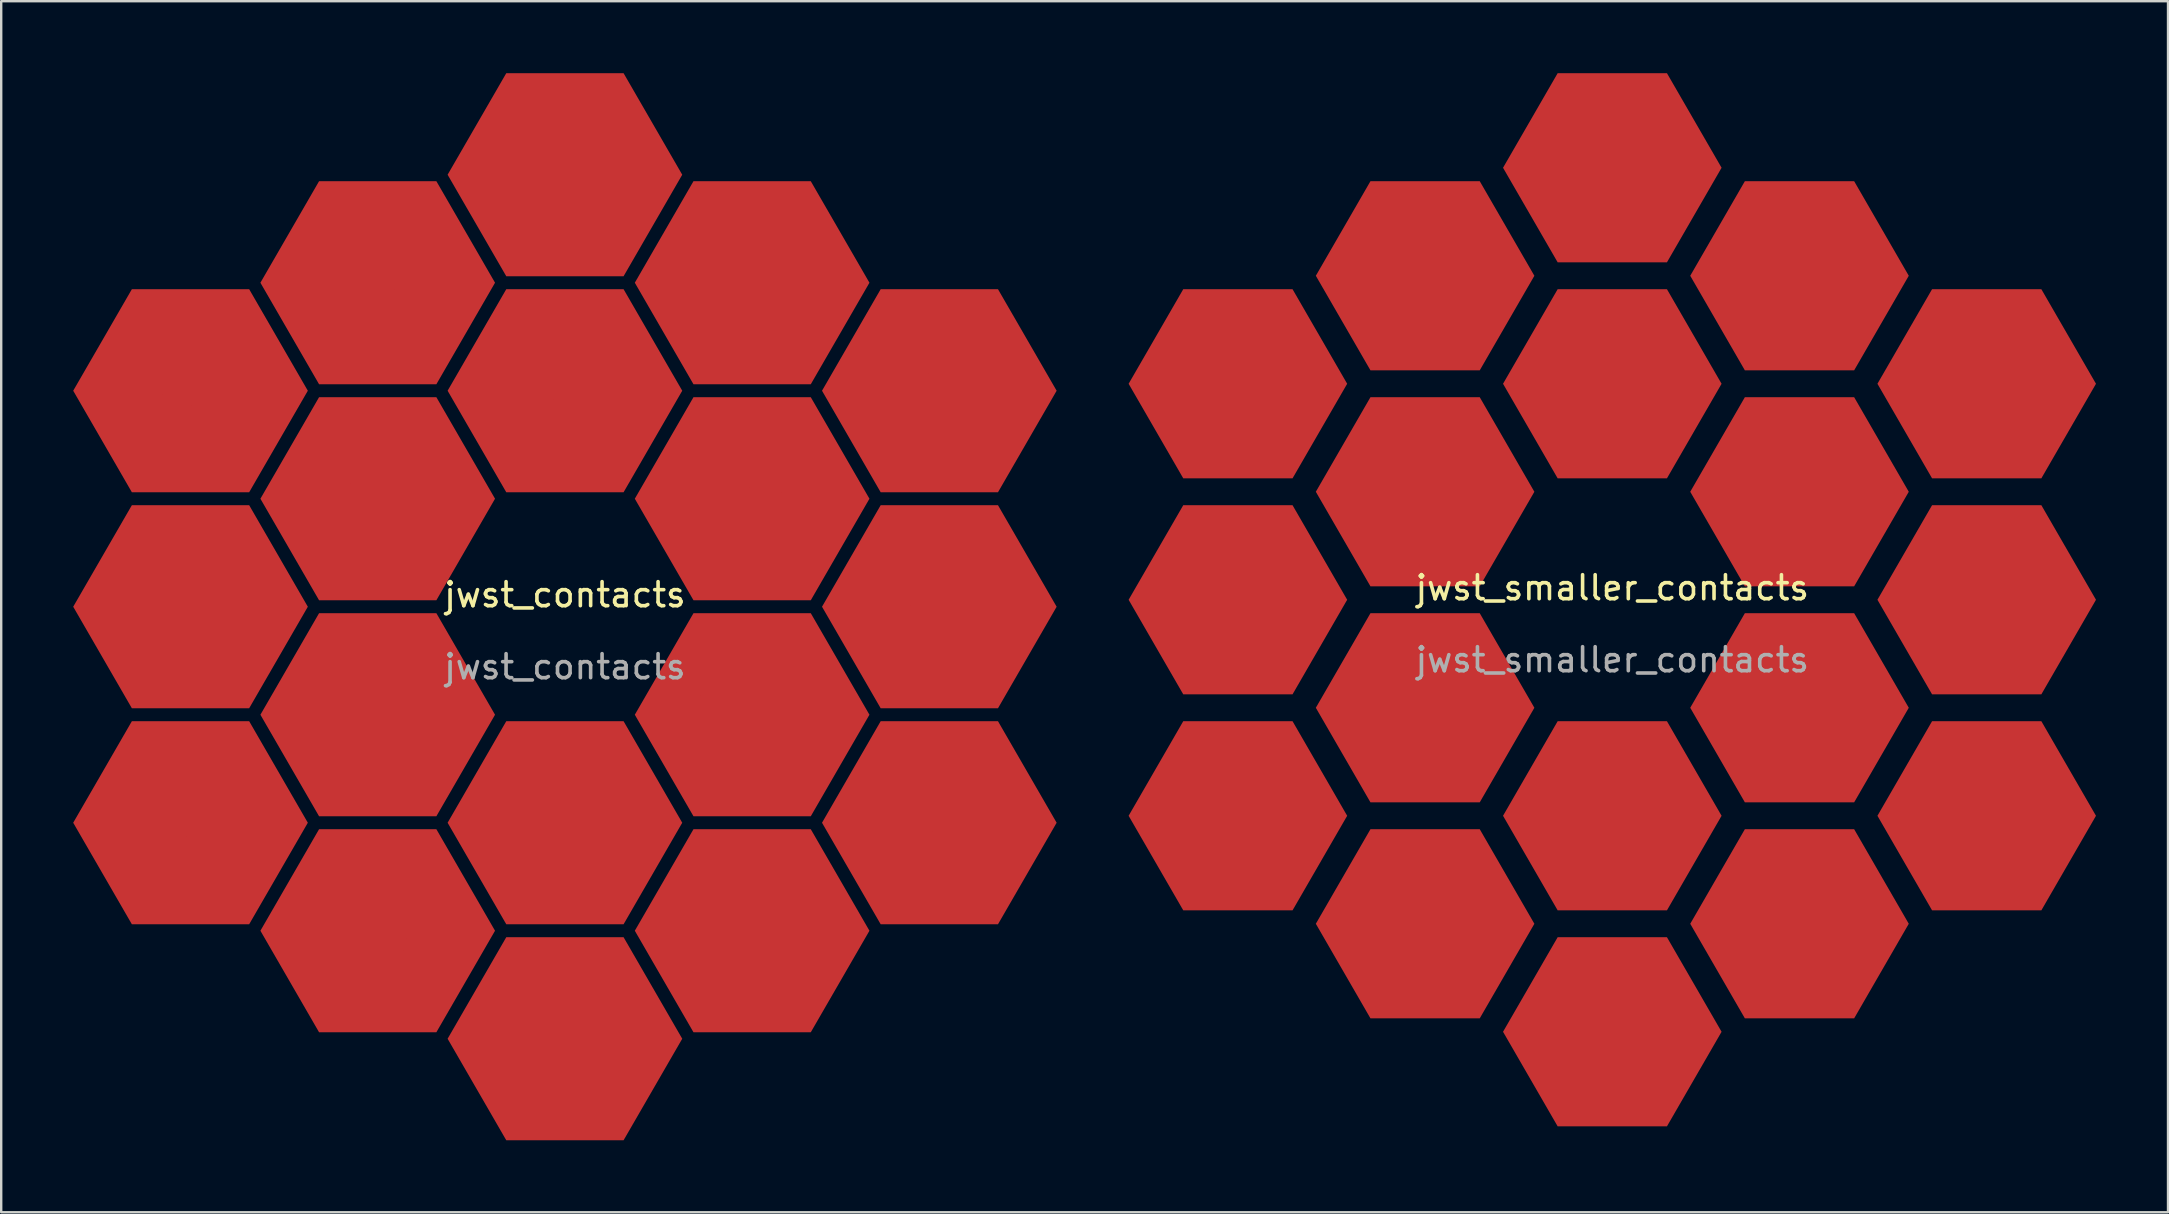
<source format=kicad_pcb>
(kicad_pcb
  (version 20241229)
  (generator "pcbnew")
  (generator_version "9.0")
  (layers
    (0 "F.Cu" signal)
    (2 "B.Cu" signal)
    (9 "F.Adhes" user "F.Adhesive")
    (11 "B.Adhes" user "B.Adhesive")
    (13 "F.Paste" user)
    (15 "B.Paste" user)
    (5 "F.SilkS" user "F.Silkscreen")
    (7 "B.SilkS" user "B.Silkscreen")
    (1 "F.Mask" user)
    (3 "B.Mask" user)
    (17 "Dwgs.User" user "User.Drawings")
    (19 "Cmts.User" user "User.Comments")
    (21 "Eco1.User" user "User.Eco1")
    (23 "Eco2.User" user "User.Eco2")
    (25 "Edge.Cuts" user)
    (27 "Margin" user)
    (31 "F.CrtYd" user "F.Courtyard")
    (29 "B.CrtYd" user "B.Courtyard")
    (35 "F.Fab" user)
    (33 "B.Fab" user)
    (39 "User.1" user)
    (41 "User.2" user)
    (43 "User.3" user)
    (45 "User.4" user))
  (footprint "jwst_smaller_contacts"
    (layer "F.Cu")
    (at 64.128 21.94)
    (property "Reference" "jwst_smaller_contacts" (at 0 -0.5 0) (unlocked yes) (layer "F.SilkS") (effects (font (size 1 1) (thickness 0.15))))
    (attr smd)
    (fp_poly (pts (xy -11.047 -9) (xy -13.323 -5.06) (xy -17.877 -5.06) (xy -20.153 -9) (xy -17.877 -12.94) (xy -13.323 -12.94)) (stroke (width 0) (type solid)) (fill yes) (layer "F.Cu"))
    (fp_poly (pts (xy -11.047 0.000021) (xy -13.323 3.94) (xy -17.877 3.94) (xy -20.153 0.000021) (xy -17.877 -3.94) (xy -13.323 -3.94)) (stroke (width 0) (type solid)) (fill yes) (layer "F.Cu"))
    (fp_poly (pts (xy -11.047 9) (xy -13.323 12.94) (xy -17.877 12.94) (xy -20.153 9) (xy -17.877 5.06) (xy -13.323 5.06)) (stroke (width 0) (type solid)) (fill yes) (layer "F.Cu"))
    (fp_poly (pts (xy -3.247 -13.5) (xy -5.523 -9.56) (xy -10.077 -9.56) (xy -12.353 -13.5) (xy -10.077 -17.44) (xy -5.523 -17.44)) (stroke (width 0) (type solid)) (fill yes) (layer "F.Cu"))
    (fp_poly (pts (xy -3.247 -4.5) (xy -5.523 -0.56) (xy -10.077 -0.56) (xy -12.353 -4.5) (xy -10.077 -8.44) (xy -5.523 -8.44)) (stroke (width 0) (type solid)) (fill yes) (layer "F.Cu"))
    (fp_poly (pts (xy -3.247 4.5) (xy -5.523 8.44) (xy -10.077 8.44) (xy -12.353 4.5) (xy -10.077 0.56) (xy -5.523 0.56)) (stroke (width 0) (type solid)) (fill yes) (layer "F.Cu"))
    (fp_poly (pts (xy -3.247 13.5) (xy -5.523 17.44) (xy -10.077 17.44) (xy -12.353 13.5) (xy -10.077 9.56) (xy -5.523 9.56)) (stroke (width 0) (type solid)) (fill yes) (layer "F.Cu"))
    (fp_poly (pts (xy 4.553 -18) (xy 2.277 -14.06) (xy -2.277 -14.06) (xy -4.553 -18) (xy -2.277 -21.94) (xy 2.277 -21.94)) (stroke (width 0) (type solid)) (fill yes) (layer "F.Cu"))
    (fp_poly (pts (xy 4.553 -9) (xy 2.277 -5.06) (xy -2.277 -5.06) (xy -4.553 -9) (xy -2.277 -12.94) (xy 2.277 -12.94)) (stroke (width 0) (type solid)) (fill yes) (layer "F.Cu"))
    (fp_poly (pts (xy 4.553 9) (xy 2.277 12.94) (xy -2.277 12.94) (xy -4.553 9) (xy -2.277 5.06) (xy 2.277 5.06)) (stroke (width 0) (type solid)) (fill yes) (layer "F.Cu"))
    (fp_poly (pts (xy 4.553 18) (xy 2.277 21.94) (xy -2.277 21.94) (xy -4.553 18) (xy -2.277 14.06) (xy 2.277 14.06)) (stroke (width 0) (type solid)) (fill yes) (layer "F.Cu"))
    (fp_poly (pts (xy 12.353 -13.5) (xy 10.077 -9.56) (xy 5.523 -9.56) (xy 3.247 -13.5) (xy 5.523 -17.44) (xy 10.077 -17.44)) (stroke (width 0) (type solid)) (fill yes) (layer "F.Cu"))
    (fp_poly (pts (xy 12.353 -4.5) (xy 10.077 -0.56) (xy 5.523 -0.56) (xy 3.247 -4.5) (xy 5.523 -8.44) (xy 10.077 -8.44)) (stroke (width 0) (type solid)) (fill yes) (layer "F.Cu"))
    (fp_poly (pts (xy 12.353 4.5) (xy 10.077 8.44) (xy 5.523 8.44) (xy 3.247 4.5) (xy 5.523 0.56) (xy 10.077 0.56)) (stroke (width 0) (type solid)) (fill yes) (layer "F.Cu"))
    (fp_poly (pts (xy 12.353 13.5) (xy 10.077 17.44) (xy 5.523 17.44) (xy 3.247 13.5) (xy 5.523 9.56) (xy 10.077 9.56)) (stroke (width 0) (type solid)) (fill yes) (layer "F.Cu"))
    (fp_poly (pts (xy 20.153 -9) (xy 17.877 -5.06) (xy 13.323 -5.06) (xy 11.047 -9) (xy 13.323 -12.94) (xy 17.877 -12.94)) (stroke (width 0) (type solid)) (fill yes) (layer "F.Cu"))
    (fp_poly (pts (xy 20.153 0.000021) (xy 17.877 3.94) (xy 13.323 3.94) (xy 11.047 0.000021) (xy 13.323 -3.94) (xy 17.877 -3.94)) (stroke (width 0) (type solid)) (fill yes) (layer "F.Cu"))
    (fp_poly (pts (xy 20.153 9) (xy 17.877 12.94) (xy 13.323 12.94) (xy 11.047 9) (xy 13.323 5.06) (xy 17.877 5.06)) (stroke (width 0) (type solid)) (fill yes) (layer "F.Cu"))
    (fp_text user "${REFERENCE}" (at 0 2.5 0) (unlocked yes) (layer "F.Fab") (effects (font (size 1 1) (thickness 0.15)))))
  (footprint "jwst_contacts"
    (layer "F.Cu")
    (at 20.488 22.23)
    (property "Reference" "jwst_contacts" (at 0 -0.5 0) (unlocked yes) (layer "F.SilkS") (effects (font (size 1 1) (thickness 0.15))))
    (attr smd)
    (fp_poly (pts (xy -10.712 -9) (xy -13.156 -4.77) (xy -18.044 -4.77) (xy -20.488 -9) (xy -18.044 -13.23) (xy -13.156 -13.23)) (stroke (width 0) (type solid)) (fill yes) (layer "F.Cu"))
    (fp_poly (pts (xy -10.712 0.000015) (xy -13.156 4.23) (xy -18.044 4.23) (xy -20.488 0.000015) (xy -18.044 -4.23) (xy -13.156 -4.23)) (stroke (width 0) (type solid)) (fill yes) (layer "F.Cu"))
    (fp_poly (pts (xy -10.712 9) (xy -13.156 13.23) (xy -18.044 13.23) (xy -20.488 9) (xy -18.044 4.77) (xy -13.156 4.77)) (stroke (width 0) (type solid)) (fill yes) (layer "F.Cu"))
    (fp_poly (pts (xy -2.912 -13.5) (xy -5.356 -9.27) (xy -10.244 -9.27) (xy -12.688 -13.5) (xy -10.244 -17.73) (xy -5.356 -17.73)) (stroke (width 0) (type solid)) (fill yes) (layer "F.Cu"))
    (fp_poly (pts (xy -2.912 -4.5) (xy -5.356 -0.27) (xy -10.244 -0.27) (xy -12.688 -4.5) (xy -10.244 -8.73) (xy -5.356 -8.73)) (stroke (width 0) (type solid)) (fill yes) (layer "F.Cu"))
    (fp_poly (pts (xy -2.912 4.5) (xy -5.356 8.73) (xy -10.244 8.73) (xy -12.688 4.5) (xy -10.244 0.27) (xy -5.356 0.27)) (stroke (width 0) (type solid)) (fill yes) (layer "F.Cu"))
    (fp_poly (pts (xy -2.912 13.5) (xy -5.356 17.73) (xy -10.244 17.73) (xy -12.688 13.5) (xy -10.244 9.27) (xy -5.356 9.27)) (stroke (width 0) (type solid)) (fill yes) (layer "F.Cu"))
    (fp_poly (pts (xy 4.888 -18) (xy 2.444 -13.77) (xy -2.444 -13.77) (xy -4.888 -18) (xy -2.444 -22.23) (xy 2.444 -22.23)) (stroke (width 0) (type solid)) (fill yes) (layer "F.Cu"))
    (fp_poly (pts (xy 4.888 -9) (xy 2.444 -4.77) (xy -2.444 -4.77) (xy -4.888 -9) (xy -2.444 -13.23) (xy 2.444 -13.23)) (stroke (width 0) (type solid)) (fill yes) (layer "F.Cu"))
    (fp_poly (pts (xy 4.888 9) (xy 2.444 13.23) (xy -2.444 13.23) (xy -4.888 9) (xy -2.444 4.77) (xy 2.444 4.77)) (stroke (width 0) (type solid)) (fill yes) (layer "F.Cu"))
    (fp_poly (pts (xy 4.888 18) (xy 2.444 22.23) (xy -2.444 22.23) (xy -4.888 18) (xy -2.444 13.77) (xy 2.444 13.77)) (stroke (width 0) (type solid)) (fill yes) (layer "F.Cu"))
    (fp_poly (pts (xy 12.688 -13.5) (xy 10.244 -9.27) (xy 5.356 -9.27) (xy 2.912 -13.5) (xy 5.356 -17.73) (xy 10.244 -17.73)) (stroke (width 0) (type solid)) (fill yes) (layer "F.Cu"))
    (fp_poly (pts (xy 12.688 -4.5) (xy 10.244 -0.27) (xy 5.356 -0.27) (xy 2.912 -4.5) (xy 5.356 -8.73) (xy 10.244 -8.73)) (stroke (width 0) (type solid)) (fill yes) (layer "F.Cu"))
    (fp_poly (pts (xy 12.688 4.5) (xy 10.244 8.73) (xy 5.356 8.73) (xy 2.912 4.5) (xy 5.356 0.27) (xy 10.244 0.27)) (stroke (width 0) (type solid)) (fill yes) (layer "F.Cu"))
    (fp_poly (pts (xy 12.688 13.5) (xy 10.244 17.73) (xy 5.356 17.73) (xy 2.912 13.5) (xy 5.356 9.27) (xy 10.244 9.27)) (stroke (width 0) (type solid)) (fill yes) (layer "F.Cu"))
    (fp_poly (pts (xy 20.488 -9) (xy 18.044 -4.77) (xy 13.156 -4.77) (xy 10.712 -9) (xy 13.156 -13.23) (xy 18.044 -13.23)) (stroke (width 0) (type solid)) (fill yes) (layer "F.Cu"))
    (fp_poly (pts (xy 20.488 0.000015) (xy 18.044 4.23) (xy 13.156 4.23) (xy 10.712 0.000015) (xy 13.156 -4.23) (xy 18.044 -4.23)) (stroke (width 0) (type solid)) (fill yes) (layer "F.Cu"))
    (fp_poly (pts (xy 20.488 9) (xy 18.044 13.23) (xy 13.156 13.23) (xy 10.712 9) (xy 13.156 4.77) (xy 18.044 4.77)) (stroke (width 0) (type solid)) (fill yes) (layer "F.Cu"))
    (fp_poly (pts (xy -10.712 -9) (xy -13.156 -4.77) (xy -18.044 -4.77) (xy -20.488 -9) (xy -18.044 -13.23) (xy -13.156 -13.23)) (stroke (width 0) (type solid)) (fill yes) (layer "F.Mask"))
    (fp_poly (pts (xy -10.712 0.000015) (xy -13.156 4.23) (xy -18.044 4.23) (xy -20.488 0.000015) (xy -18.044 -4.23) (xy -13.156 -4.23)) (stroke (width 0) (type solid)) (fill yes) (layer "F.Mask"))
    (fp_poly (pts (xy -10.712 9) (xy -13.156 13.23) (xy -18.044 13.23) (xy -20.488 9) (xy -18.044 4.77) (xy -13.156 4.77)) (stroke (width 0) (type solid)) (fill yes) (layer "F.Mask"))
    (fp_poly (pts (xy -2.912 -13.5) (xy -5.356 -9.27) (xy -10.244 -9.27) (xy -12.688 -13.5) (xy -10.244 -17.73) (xy -5.356 -17.73)) (stroke (width 0) (type solid)) (fill yes) (layer "F.Mask"))
    (fp_poly (pts (xy -2.912 -4.5) (xy -5.356 -0.27) (xy -10.244 -0.27) (xy -12.688 -4.5) (xy -10.244 -8.73) (xy -5.356 -8.73)) (stroke (width 0) (type solid)) (fill yes) (layer "F.Mask"))
    (fp_poly (pts (xy -2.912 4.5) (xy -5.356 8.73) (xy -10.244 8.73) (xy -12.688 4.5) (xy -10.244 0.27) (xy -5.356 0.27)) (stroke (width 0) (type solid)) (fill yes) (layer "F.Mask"))
    (fp_poly (pts (xy -2.912 13.5) (xy -5.356 17.73) (xy -10.244 17.73) (xy -12.688 13.5) (xy -10.244 9.27) (xy -5.356 9.27)) (stroke (width 0) (type solid)) (fill yes) (layer "F.Mask"))
    (fp_poly (pts (xy 4.888 -18) (xy 2.444 -13.77) (xy -2.444 -13.77) (xy -4.888 -18) (xy -2.444 -22.23) (xy 2.444 -22.23)) (stroke (width 0) (type solid)) (fill yes) (layer "F.Mask"))
    (fp_poly (pts (xy 4.888 -9) (xy 2.444 -4.77) (xy -2.444 -4.77) (xy -4.888 -9) (xy -2.444 -13.23) (xy 2.444 -13.23)) (stroke (width 0) (type solid)) (fill yes) (layer "F.Mask"))
    (fp_poly (pts (xy 4.888 9) (xy 2.444 13.23) (xy -2.444 13.23) (xy -4.888 9) (xy -2.444 4.77) (xy 2.444 4.77)) (stroke (width 0) (type solid)) (fill yes) (layer "F.Mask"))
    (fp_poly (pts (xy 4.888 18) (xy 2.444 22.23) (xy -2.444 22.23) (xy -4.888 18) (xy -2.444 13.77) (xy 2.444 13.77)) (stroke (width 0) (type solid)) (fill yes) (layer "F.Mask"))
    (fp_poly (pts (xy 12.688 -13.5) (xy 10.244 -9.27) (xy 5.356 -9.27) (xy 2.912 -13.5) (xy 5.356 -17.73) (xy 10.244 -17.73)) (stroke (width 0) (type solid)) (fill yes) (layer "F.Mask"))
    (fp_poly (pts (xy 12.688 -4.5) (xy 10.244 -0.27) (xy 5.356 -0.27) (xy 2.912 -4.5) (xy 5.356 -8.73) (xy 10.244 -8.73)) (stroke (width 0) (type solid)) (fill yes) (layer "F.Mask"))
    (fp_poly (pts (xy 12.688 4.5) (xy 10.244 8.73) (xy 5.356 8.73) (xy 2.912 4.5) (xy 5.356 0.27) (xy 10.244 0.27)) (stroke (width 0) (type solid)) (fill yes) (layer "F.Mask"))
    (fp_poly (pts (xy 12.688 13.5) (xy 10.244 17.73) (xy 5.356 17.73) (xy 2.912 13.5) (xy 5.356 9.27) (xy 10.244 9.27)) (stroke (width 0) (type solid)) (fill yes) (layer "F.Mask"))
    (fp_poly (pts (xy 20.488 -9) (xy 18.044 -4.77) (xy 13.156 -4.77) (xy 10.712 -9) (xy 13.156 -13.23) (xy 18.044 -13.23)) (stroke (width 0) (type solid)) (fill yes) (layer "F.Mask"))
    (fp_poly (pts (xy 20.488 0.000015) (xy 18.044 4.23) (xy 13.156 4.23) (xy 10.712 0.000015) (xy 13.156 -4.23) (xy 18.044 -4.23)) (stroke (width 0) (type solid)) (fill yes) (layer "F.Mask"))
    (fp_poly (pts (xy 20.488 9) (xy 18.044 13.23) (xy 13.156 13.23) (xy 10.712 9) (xy 13.156 4.77) (xy 18.044 4.77)) (stroke (width 0) (type solid)) (fill yes) (layer "F.Mask"))
    (fp_text user "${REFERENCE}" (at 0 2.5 0) (unlocked yes) (layer "F.Fab") (effects (font (size 1 1) (thickness 0.15))))
    (pad "1" smd circle (at 1.75 -17.95) (size 1.524 1.524) (layers "F.Cu" "F.Mask"))
    (pad "2" smd circle (at -7.65 -12.7) (size 1.524 1.524) (layers "F.Cu" "F.Mask"))
    (pad "3" smd circle (at 6.25 -13.65) (size 1.524 1.524) (layers "F.Cu" "F.Mask"))
    (pad "4" smd circle (at -16.3 -8.25) (size 1.524 1.524) (layers "F.Cu" "F.Mask"))
    (pad "5" smd circle (at 0.2 -8.3) (size 1.524 1.524) (layers "F.Cu" "F.Mask"))
    (pad "6" smd circle (at 15.5 -9.05) (size 1.524 1.524) (layers "F.Cu" "F.Mask"))
    (pad "7" smd circle (at -8.5 -4.5) (size 1.524 1.524) (layers "F.Cu" "F.Mask"))
    (pad "8" smd circle (at 8.3 -4.5) (size 1.524 1.524) (layers "F.Cu" "F.Mask"))
    (pad "9" smd circle (at -15.35 0.95) (size 1.524 1.524) (layers "F.Cu" "F.Mask"))
    (pad "10" smd circle (at 15.15 -0.1) (size 1.524 1.524) (layers "F.Cu" "F.Mask"))
    (pad "11" smd circle (at -9.5 3.8) (size 1.524 1.524) (layers "F.Cu" "F.Mask"))
    (pad "12" smd circle (at 6.4 3.75) (size 1.524 1.524) (layers "F.Cu" "F.Mask"))
    (pad "13" smd circle (at -16.5 9.4) (size 1.524 1.524) (layers "F.Cu" "F.Mask"))
    (pad "14" smd circle (at -1 9) (size 1.524 1.524) (layers "F.Cu" "F.Mask"))
    (pad "15" smd circle (at 15.4 8.6) (size 1.524 1.524) (layers "F.Cu" "F.Mask"))
    (pad "16" smd circle (at -7.35 13.9) (size 1.524 1.524) (layers "F.Cu" "F.Mask"))
    (pad "17" smd circle (at 7.05 13.35) (size 1.524 1.524) (layers "F.Cu" "F.Mask"))
    (pad "18" smd circle (at 0 17.25) (size 1.524 1.524) (layers "F.Cu" "F.Mask")))
  (gr_rect
    (start -3 -3)
    (end 87.282 47.459)
    (stroke (width 0.1) (type default))
    (fill no)
    (layer "Edge.Cuts")))
</source>
